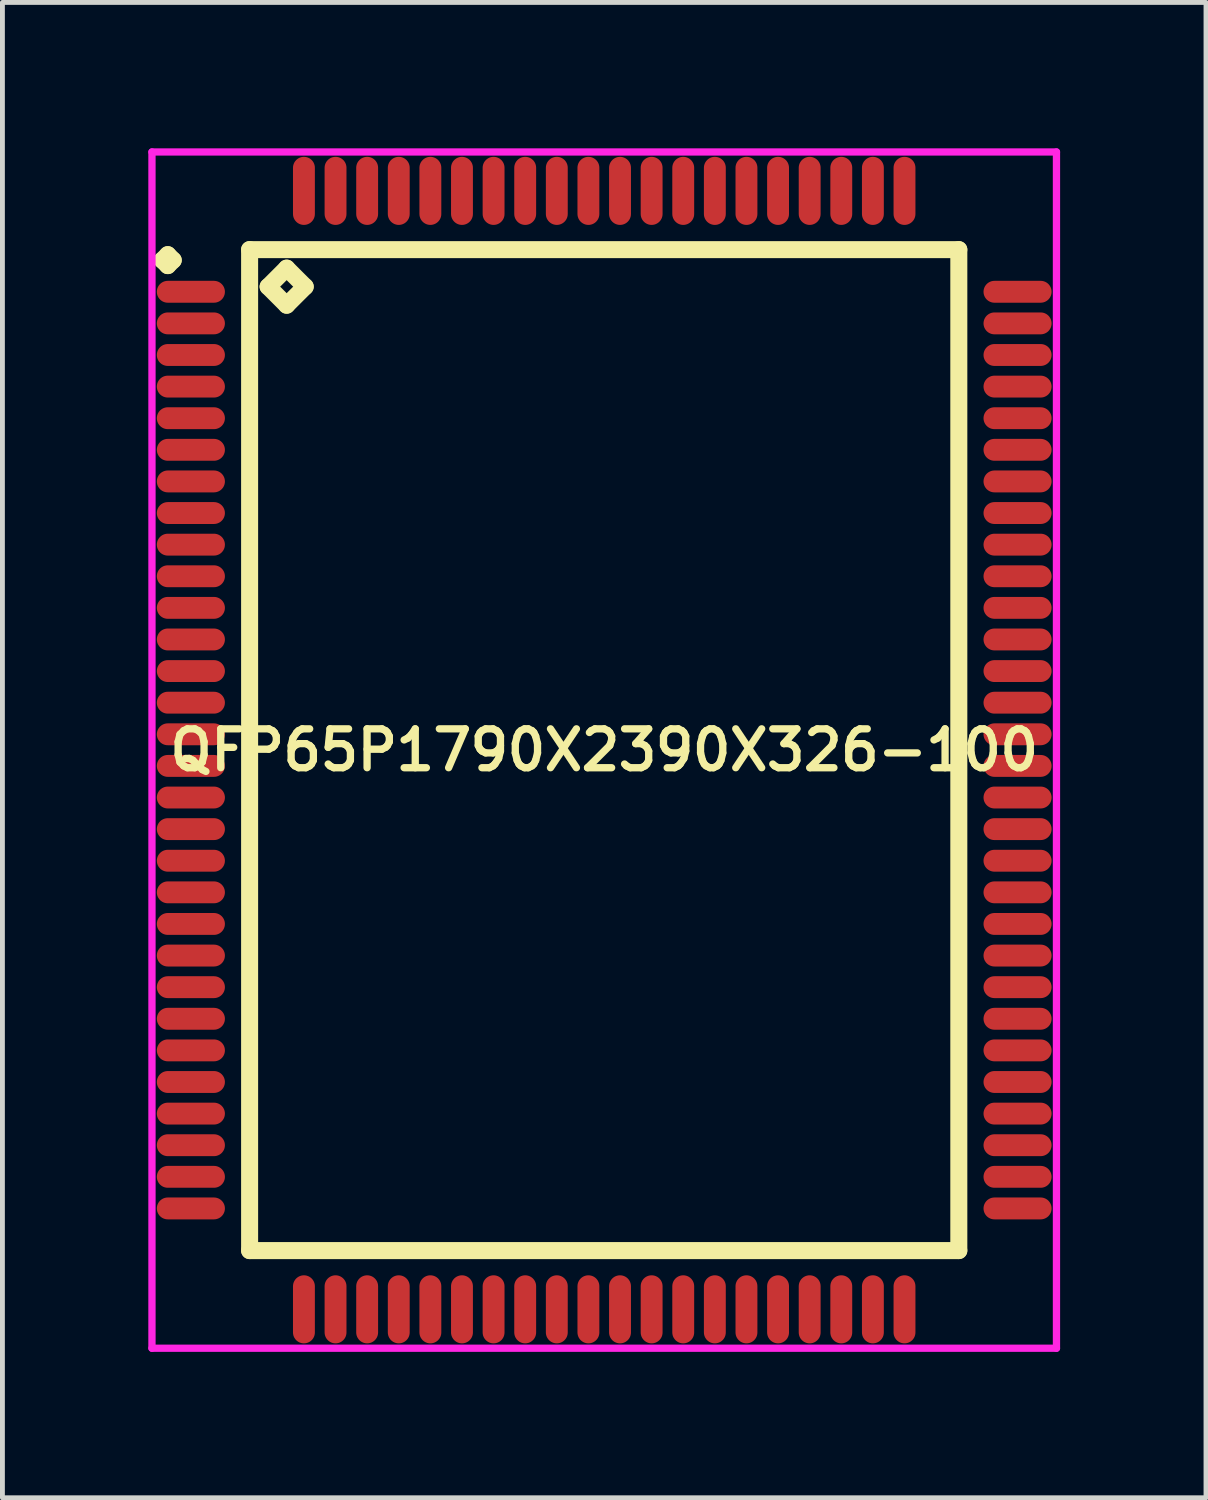
<source format=kicad_pcb>
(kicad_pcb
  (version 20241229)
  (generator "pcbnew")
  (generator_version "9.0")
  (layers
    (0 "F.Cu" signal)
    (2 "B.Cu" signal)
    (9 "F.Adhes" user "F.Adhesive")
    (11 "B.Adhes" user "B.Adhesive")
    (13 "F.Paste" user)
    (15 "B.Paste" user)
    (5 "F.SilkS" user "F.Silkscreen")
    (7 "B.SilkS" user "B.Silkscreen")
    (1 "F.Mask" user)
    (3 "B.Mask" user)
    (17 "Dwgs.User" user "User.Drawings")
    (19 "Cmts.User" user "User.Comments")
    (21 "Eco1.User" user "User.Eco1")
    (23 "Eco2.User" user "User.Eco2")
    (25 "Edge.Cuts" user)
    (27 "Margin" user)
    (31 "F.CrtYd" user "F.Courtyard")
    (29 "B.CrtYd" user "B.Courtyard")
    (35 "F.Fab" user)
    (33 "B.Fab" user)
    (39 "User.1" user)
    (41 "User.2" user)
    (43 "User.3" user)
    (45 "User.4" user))
  (footprint "QFP65P1790X2390X326-100"
    (layer "F.Cu")
    (at 9.375 12.375)
    (property "Reference" "QFP65P1790X2390X326-100" (at 0 0 0) (layer "F.SilkS") (effects (font (size 0.8 0.8) (thickness 0.15))))
    (attr smd)
    (fp_line (start -9.088 -10.075) (end -8.975 -10.188) (stroke (width 0.35) (type solid)) (layer "F.SilkS"))
    (fp_line (start -8.975 -10.188) (end -8.863 -10.075) (stroke (width 0.35) (type solid)) (layer "F.SilkS"))
    (fp_line (start -8.975 -9.963) (end -9.088 -10.075) (stroke (width 0.35) (type solid)) (layer "F.SilkS"))
    (fp_line (start -8.863 -10.075) (end -8.975 -9.963) (stroke (width 0.35) (type solid)) (layer "F.SilkS"))
    (fp_line (start -7.292 -10.292) (end -7.292 10.292) (stroke (width 0.35) (type solid)) (layer "F.SilkS"))
    (fp_line (start -7.292 10.292) (end 7.292 10.292) (stroke (width 0.35) (type solid)) (layer "F.SilkS"))
    (fp_line (start -6.911 -9.53) (end -6.53 -9.911) (stroke (width 0.35) (type solid)) (layer "F.SilkS"))
    (fp_line (start -6.53 -9.911) (end -6.149 -9.53) (stroke (width 0.35) (type solid)) (layer "F.SilkS"))
    (fp_line (start -6.53 -9.149) (end -6.911 -9.53) (stroke (width 0.35) (type solid)) (layer "F.SilkS"))
    (fp_line (start -6.149 -9.53) (end -6.53 -9.149) (stroke (width 0.35) (type solid)) (layer "F.SilkS"))
    (fp_line (start 7.292 -10.292) (end -7.292 -10.292) (stroke (width 0.35) (type solid)) (layer "F.SilkS"))
    (fp_line (start 7.292 10.292) (end 7.292 -10.292) (stroke (width 0.35) (type solid)) (layer "F.SilkS"))
    (fp_line (start -9.3 -12.3) (end 9.3 -12.3) (stroke (width 0.15) (type solid)) (layer "F.CrtYd"))
    (fp_line (start -9.3 12.3) (end -9.3 -12.3) (stroke (width 0.15) (type solid)) (layer "F.CrtYd"))
    (fp_line (start 9.3 -12.3) (end 9.3 12.3) (stroke (width 0.15) (type solid)) (layer "F.CrtYd"))
    (fp_line (start 9.3 12.3) (end -9.3 12.3) (stroke (width 0.15) (type solid)) (layer "F.CrtYd"))
    (pad "1" smd oval (at -8.5 -9.425) (size 1.4 0.45) (layers "F.Cu" "F.Mask" "F.Paste"))
    (pad "2" smd oval (at -8.5 -8.775) (size 1.4 0.45) (layers "F.Cu" "F.Mask" "F.Paste"))
    (pad "3" smd oval (at -8.5 -8.125) (size 1.4 0.45) (layers "F.Cu" "F.Mask" "F.Paste"))
    (pad "4" smd oval (at -8.5 -7.475) (size 1.4 0.45) (layers "F.Cu" "F.Mask" "F.Paste"))
    (pad "5" smd oval (at -8.5 -6.825) (size 1.4 0.45) (layers "F.Cu" "F.Mask" "F.Paste"))
    (pad "6" smd oval (at -8.5 -6.175) (size 1.4 0.45) (layers "F.Cu" "F.Mask" "F.Paste"))
    (pad "7" smd oval (at -8.5 -5.525) (size 1.4 0.45) (layers "F.Cu" "F.Mask" "F.Paste"))
    (pad "8" smd oval (at -8.5 -4.875) (size 1.4 0.45) (layers "F.Cu" "F.Mask" "F.Paste"))
    (pad "9" smd oval (at -8.5 -4.225) (size 1.4 0.45) (layers "F.Cu" "F.Mask" "F.Paste"))
    (pad "10" smd oval (at -8.5 -3.575) (size 1.4 0.45) (layers "F.Cu" "F.Mask" "F.Paste"))
    (pad "11" smd oval (at -8.5 -2.925) (size 1.4 0.45) (layers "F.Cu" "F.Mask" "F.Paste"))
    (pad "12" smd oval (at -8.5 -2.275) (size 1.4 0.45) (layers "F.Cu" "F.Mask" "F.Paste"))
    (pad "13" smd oval (at -8.5 -1.625) (size 1.4 0.45) (layers "F.Cu" "F.Mask" "F.Paste"))
    (pad "14" smd oval (at -8.5 -0.975) (size 1.4 0.45) (layers "F.Cu" "F.Mask" "F.Paste"))
    (pad "15" smd oval (at -8.5 -0.325) (size 1.4 0.45) (layers "F.Cu" "F.Mask" "F.Paste"))
    (pad "16" smd oval (at -8.5 0.325) (size 1.4 0.45) (layers "F.Cu" "F.Mask" "F.Paste"))
    (pad "17" smd oval (at -8.5 0.975) (size 1.4 0.45) (layers "F.Cu" "F.Mask" "F.Paste"))
    (pad "18" smd oval (at -8.5 1.625) (size 1.4 0.45) (layers "F.Cu" "F.Mask" "F.Paste"))
    (pad "19" smd oval (at -8.5 2.275) (size 1.4 0.45) (layers "F.Cu" "F.Mask" "F.Paste"))
    (pad "20" smd oval (at -8.5 2.925) (size 1.4 0.45) (layers "F.Cu" "F.Mask" "F.Paste"))
    (pad "21" smd oval (at -8.5 3.575) (size 1.4 0.45) (layers "F.Cu" "F.Mask" "F.Paste"))
    (pad "22" smd oval (at -8.5 4.225) (size 1.4 0.45) (layers "F.Cu" "F.Mask" "F.Paste"))
    (pad "23" smd oval (at -8.5 4.875) (size 1.4 0.45) (layers "F.Cu" "F.Mask" "F.Paste"))
    (pad "24" smd oval (at -8.5 5.525) (size 1.4 0.45) (layers "F.Cu" "F.Mask" "F.Paste"))
    (pad "25" smd oval (at -8.5 6.175) (size 1.4 0.45) (layers "F.Cu" "F.Mask" "F.Paste"))
    (pad "26" smd oval (at -8.5 6.825) (size 1.4 0.45) (layers "F.Cu" "F.Mask" "F.Paste"))
    (pad "27" smd oval (at -8.5 7.475) (size 1.4 0.45) (layers "F.Cu" "F.Mask" "F.Paste"))
    (pad "28" smd oval (at -8.5 8.125) (size 1.4 0.45) (layers "F.Cu" "F.Mask" "F.Paste"))
    (pad "29" smd oval (at -8.5 8.775) (size 1.4 0.45) (layers "F.Cu" "F.Mask" "F.Paste"))
    (pad "30" smd oval (at -8.5 9.425) (size 1.4 0.45) (layers "F.Cu" "F.Mask" "F.Paste"))
    (pad "31" smd oval (at -6.175 11.5) (size 0.45 1.4) (layers "F.Cu" "F.Mask" "F.Paste"))
    (pad "32" smd oval (at -5.525 11.5) (size 0.45 1.4) (layers "F.Cu" "F.Mask" "F.Paste"))
    (pad "33" smd oval (at -4.875 11.5) (size 0.45 1.4) (layers "F.Cu" "F.Mask" "F.Paste"))
    (pad "34" smd oval (at -4.225 11.5) (size 0.45 1.4) (layers "F.Cu" "F.Mask" "F.Paste"))
    (pad "35" smd oval (at -3.575 11.5) (size 0.45 1.4) (layers "F.Cu" "F.Mask" "F.Paste"))
    (pad "36" smd oval (at -2.925 11.5) (size 0.45 1.4) (layers "F.Cu" "F.Mask" "F.Paste"))
    (pad "37" smd oval (at -2.275 11.5) (size 0.45 1.4) (layers "F.Cu" "F.Mask" "F.Paste"))
    (pad "38" smd oval (at -1.625 11.5) (size 0.45 1.4) (layers "F.Cu" "F.Mask" "F.Paste"))
    (pad "39" smd oval (at -0.975 11.5) (size 0.45 1.4) (layers "F.Cu" "F.Mask" "F.Paste"))
    (pad "40" smd oval (at -0.325 11.5) (size 0.45 1.4) (layers "F.Cu" "F.Mask" "F.Paste"))
    (pad "41" smd oval (at 0.325 11.5) (size 0.45 1.4) (layers "F.Cu" "F.Mask" "F.Paste"))
    (pad "42" smd oval (at 0.975 11.5) (size 0.45 1.4) (layers "F.Cu" "F.Mask" "F.Paste"))
    (pad "43" smd oval (at 1.625 11.5) (size 0.45 1.4) (layers "F.Cu" "F.Mask" "F.Paste"))
    (pad "44" smd oval (at 2.275 11.5) (size 0.45 1.4) (layers "F.Cu" "F.Mask" "F.Paste"))
    (pad "45" smd oval (at 2.925 11.5) (size 0.45 1.4) (layers "F.Cu" "F.Mask" "F.Paste"))
    (pad "46" smd oval (at 3.575 11.5) (size 0.45 1.4) (layers "F.Cu" "F.Mask" "F.Paste"))
    (pad "47" smd oval (at 4.225 11.5) (size 0.45 1.4) (layers "F.Cu" "F.Mask" "F.Paste"))
    (pad "48" smd oval (at 4.875 11.5) (size 0.45 1.4) (layers "F.Cu" "F.Mask" "F.Paste"))
    (pad "49" smd oval (at 5.525 11.5) (size 0.45 1.4) (layers "F.Cu" "F.Mask" "F.Paste"))
    (pad "50" smd oval (at 6.175 11.5) (size 0.45 1.4) (layers "F.Cu" "F.Mask" "F.Paste"))
    (pad "51" smd oval (at 8.5 9.425) (size 1.4 0.45) (layers "F.Cu" "F.Mask" "F.Paste"))
    (pad "52" smd oval (at 8.5 8.775) (size 1.4 0.45) (layers "F.Cu" "F.Mask" "F.Paste"))
    (pad "53" smd oval (at 8.5 8.125) (size 1.4 0.45) (layers "F.Cu" "F.Mask" "F.Paste"))
    (pad "54" smd oval (at 8.5 7.475) (size 1.4 0.45) (layers "F.Cu" "F.Mask" "F.Paste"))
    (pad "55" smd oval (at 8.5 6.825) (size 1.4 0.45) (layers "F.Cu" "F.Mask" "F.Paste"))
    (pad "56" smd oval (at 8.5 6.175) (size 1.4 0.45) (layers "F.Cu" "F.Mask" "F.Paste"))
    (pad "57" smd oval (at 8.5 5.525) (size 1.4 0.45) (layers "F.Cu" "F.Mask" "F.Paste"))
    (pad "58" smd oval (at 8.5 4.875) (size 1.4 0.45) (layers "F.Cu" "F.Mask" "F.Paste"))
    (pad "59" smd oval (at 8.5 4.225) (size 1.4 0.45) (layers "F.Cu" "F.Mask" "F.Paste"))
    (pad "60" smd oval (at 8.5 3.575) (size 1.4 0.45) (layers "F.Cu" "F.Mask" "F.Paste"))
    (pad "61" smd oval (at 8.5 2.925) (size 1.4 0.45) (layers "F.Cu" "F.Mask" "F.Paste"))
    (pad "62" smd oval (at 8.5 2.275) (size 1.4 0.45) (layers "F.Cu" "F.Mask" "F.Paste"))
    (pad "63" smd oval (at 8.5 1.625) (size 1.4 0.45) (layers "F.Cu" "F.Mask" "F.Paste"))
    (pad "64" smd oval (at 8.5 0.975) (size 1.4 0.45) (layers "F.Cu" "F.Mask" "F.Paste"))
    (pad "65" smd oval (at 8.5 0.325) (size 1.4 0.45) (layers "F.Cu" "F.Mask" "F.Paste"))
    (pad "66" smd oval (at 8.5 -0.325) (size 1.4 0.45) (layers "F.Cu" "F.Mask" "F.Paste"))
    (pad "67" smd oval (at 8.5 -0.975) (size 1.4 0.45) (layers "F.Cu" "F.Mask" "F.Paste"))
    (pad "68" smd oval (at 8.5 -1.625) (size 1.4 0.45) (layers "F.Cu" "F.Mask" "F.Paste"))
    (pad "69" smd oval (at 8.5 -2.275) (size 1.4 0.45) (layers "F.Cu" "F.Mask" "F.Paste"))
    (pad "70" smd oval (at 8.5 -2.925) (size 1.4 0.45) (layers "F.Cu" "F.Mask" "F.Paste"))
    (pad "71" smd oval (at 8.5 -3.575) (size 1.4 0.45) (layers "F.Cu" "F.Mask" "F.Paste"))
    (pad "72" smd oval (at 8.5 -4.225) (size 1.4 0.45) (layers "F.Cu" "F.Mask" "F.Paste"))
    (pad "73" smd oval (at 8.5 -4.875) (size 1.4 0.45) (layers "F.Cu" "F.Mask" "F.Paste"))
    (pad "74" smd oval (at 8.5 -5.525) (size 1.4 0.45) (layers "F.Cu" "F.Mask" "F.Paste"))
    (pad "75" smd oval (at 8.5 -6.175) (size 1.4 0.45) (layers "F.Cu" "F.Mask" "F.Paste"))
    (pad "76" smd oval (at 8.5 -6.825) (size 1.4 0.45) (layers "F.Cu" "F.Mask" "F.Paste"))
    (pad "77" smd oval (at 8.5 -7.475) (size 1.4 0.45) (layers "F.Cu" "F.Mask" "F.Paste"))
    (pad "78" smd oval (at 8.5 -8.125) (size 1.4 0.45) (layers "F.Cu" "F.Mask" "F.Paste"))
    (pad "79" smd oval (at 8.5 -8.775) (size 1.4 0.45) (layers "F.Cu" "F.Mask" "F.Paste"))
    (pad "80" smd oval (at 8.5 -9.425) (size 1.4 0.45) (layers "F.Cu" "F.Mask" "F.Paste"))
    (pad "81" smd oval (at 6.175 -11.5) (size 0.45 1.4) (layers "F.Cu" "F.Mask" "F.Paste"))
    (pad "82" smd oval (at 5.525 -11.5) (size 0.45 1.4) (layers "F.Cu" "F.Mask" "F.Paste"))
    (pad "83" smd oval (at 4.875 -11.5) (size 0.45 1.4) (layers "F.Cu" "F.Mask" "F.Paste"))
    (pad "84" smd oval (at 4.225 -11.5) (size 0.45 1.4) (layers "F.Cu" "F.Mask" "F.Paste"))
    (pad "85" smd oval (at 3.575 -11.5) (size 0.45 1.4) (layers "F.Cu" "F.Mask" "F.Paste"))
    (pad "86" smd oval (at 2.925 -11.5) (size 0.45 1.4) (layers "F.Cu" "F.Mask" "F.Paste"))
    (pad "87" smd oval (at 2.275 -11.5) (size 0.45 1.4) (layers "F.Cu" "F.Mask" "F.Paste"))
    (pad "88" smd oval (at 1.625 -11.5) (size 0.45 1.4) (layers "F.Cu" "F.Mask" "F.Paste"))
    (pad "89" smd oval (at 0.975 -11.5) (size 0.45 1.4) (layers "F.Cu" "F.Mask" "F.Paste"))
    (pad "90" smd oval (at 0.325 -11.5) (size 0.45 1.4) (layers "F.Cu" "F.Mask" "F.Paste"))
    (pad "91" smd oval (at -0.325 -11.5) (size 0.45 1.4) (layers "F.Cu" "F.Mask" "F.Paste"))
    (pad "92" smd oval (at -0.975 -11.5) (size 0.45 1.4) (layers "F.Cu" "F.Mask" "F.Paste"))
    (pad "93" smd oval (at -1.625 -11.5) (size 0.45 1.4) (layers "F.Cu" "F.Mask" "F.Paste"))
    (pad "94" smd oval (at -2.275 -11.5) (size 0.45 1.4) (layers "F.Cu" "F.Mask" "F.Paste"))
    (pad "95" smd oval (at -2.925 -11.5) (size 0.45 1.4) (layers "F.Cu" "F.Mask" "F.Paste"))
    (pad "96" smd oval (at -3.575 -11.5) (size 0.45 1.4) (layers "F.Cu" "F.Mask" "F.Paste"))
    (pad "97" smd oval (at -4.225 -11.5) (size 0.45 1.4) (layers "F.Cu" "F.Mask" "F.Paste"))
    (pad "98" smd oval (at -4.875 -11.5) (size 0.45 1.4) (layers "F.Cu" "F.Mask" "F.Paste"))
    (pad "99" smd oval (at -5.525 -11.5) (size 0.45 1.4) (layers "F.Cu" "F.Mask" "F.Paste"))
    (pad "100" smd oval (at -6.175 -11.5) (size 0.45 1.4) (layers "F.Cu" "F.Mask" "F.Paste")))
  (gr_rect
    (start -3 -3)
    (end 21.75 27.75)
    (stroke (width 0.1) (type default))
    (fill no)
    (layer "Edge.Cuts")))
</source>
